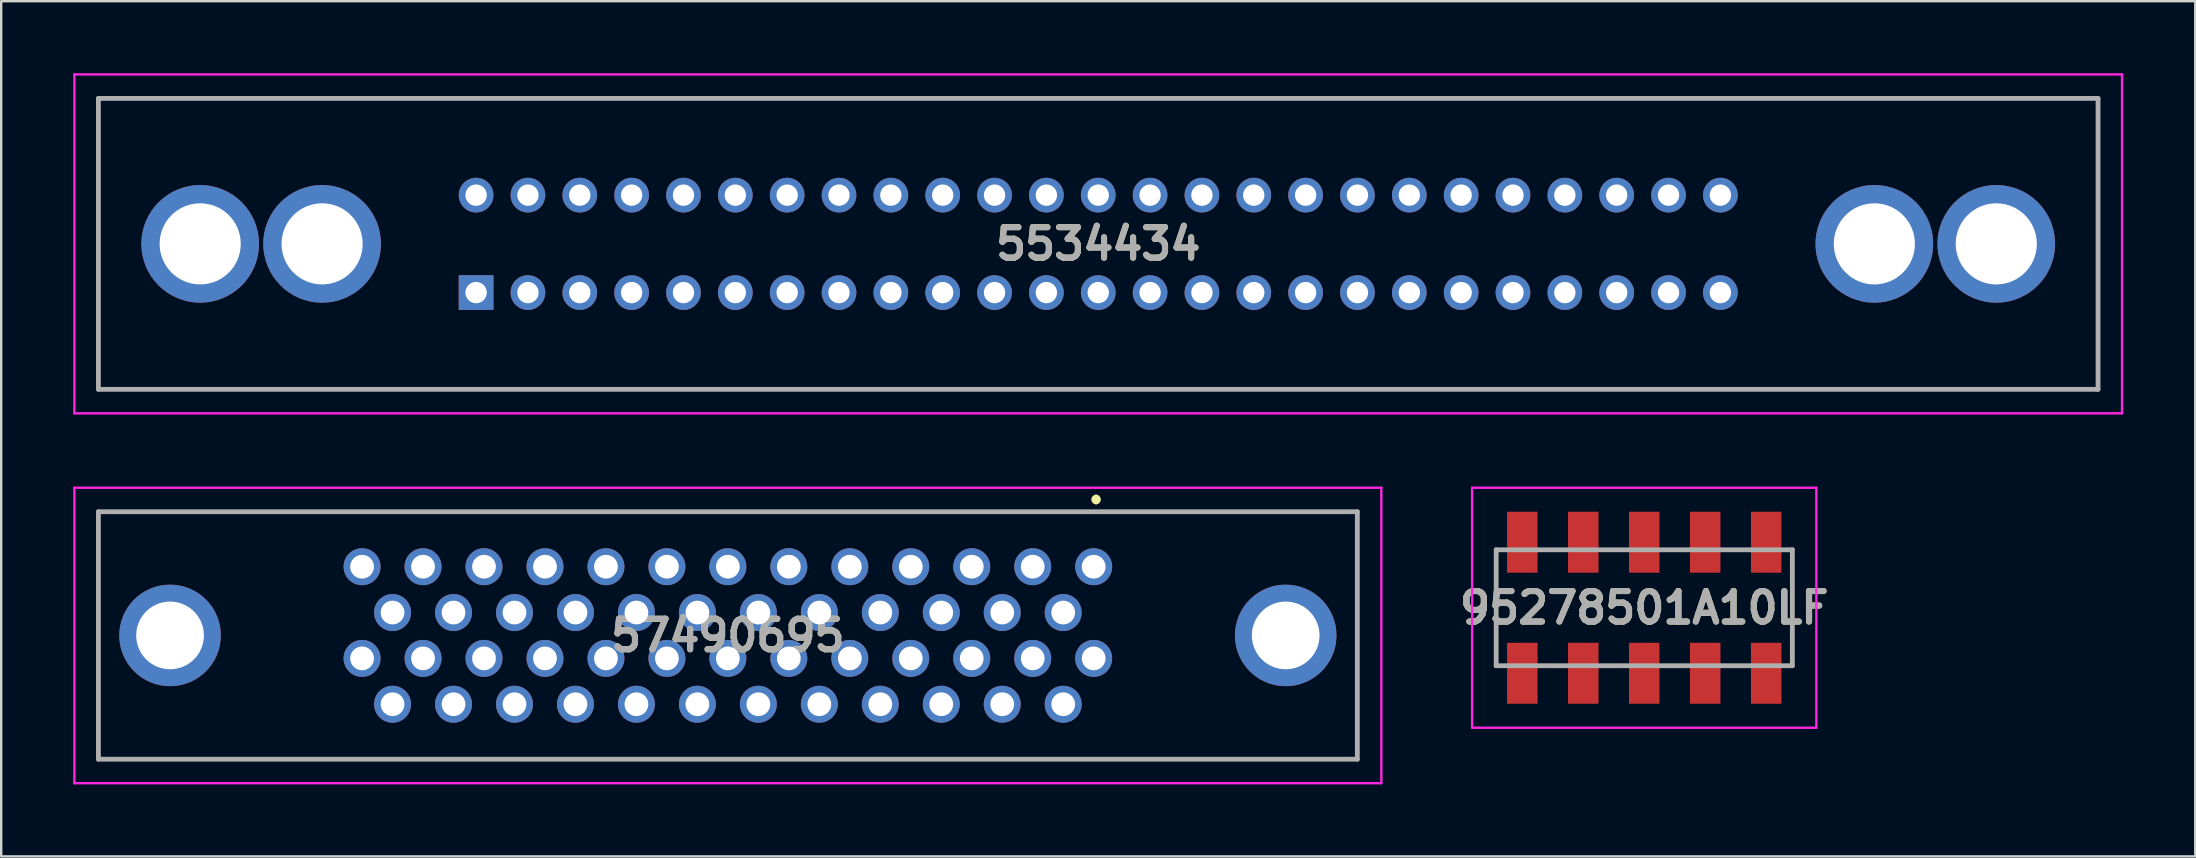
<source format=kicad_pcb>
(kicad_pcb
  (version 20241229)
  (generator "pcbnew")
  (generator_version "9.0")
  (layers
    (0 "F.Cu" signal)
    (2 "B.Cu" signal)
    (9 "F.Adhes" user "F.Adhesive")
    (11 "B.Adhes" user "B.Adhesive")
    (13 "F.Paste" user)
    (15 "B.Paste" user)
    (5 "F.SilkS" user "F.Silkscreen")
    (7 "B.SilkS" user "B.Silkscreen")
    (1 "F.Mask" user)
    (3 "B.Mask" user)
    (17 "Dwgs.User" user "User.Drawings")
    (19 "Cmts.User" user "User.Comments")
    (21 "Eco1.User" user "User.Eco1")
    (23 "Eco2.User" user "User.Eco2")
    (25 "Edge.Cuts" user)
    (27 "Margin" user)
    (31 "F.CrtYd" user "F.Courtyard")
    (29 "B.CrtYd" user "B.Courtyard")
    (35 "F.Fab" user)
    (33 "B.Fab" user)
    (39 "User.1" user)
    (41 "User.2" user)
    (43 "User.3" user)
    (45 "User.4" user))
  (footprint "95278501A10LF"
    (layer "F.Cu")
    (at 65.454 22.27)
    (property "Reference" "95278501A10LF" (at 0 0 0) (layer "F.SilkS") (effects (font (size 1.27 1.27) (thickness 0.254))))
    (attr smd)
    (fp_line (start -6.17 -2.415) (end -6.17 2.415) (stroke (width 0.1) (type solid)) (layer "F.SilkS"))
    (fp_line (start 6.17 -2.415) (end 6.17 2.415) (stroke (width 0.1) (type solid)) (layer "F.SilkS"))
    (fp_line (start -7.17 -5) (end 7.17 -5) (stroke (width 0.1) (type solid)) (layer "F.CrtYd"))
    (fp_line (start -7.17 5) (end -7.17 -5) (stroke (width 0.1) (type solid)) (layer "F.CrtYd"))
    (fp_line (start 7.17 -5) (end 7.17 5) (stroke (width 0.1) (type solid)) (layer "F.CrtYd"))
    (fp_line (start 7.17 5) (end -7.17 5) (stroke (width 0.1) (type solid)) (layer "F.CrtYd"))
    (fp_line (start -6.17 -2.415) (end 6.17 -2.415) (stroke (width 0.2) (type solid)) (layer "F.Fab"))
    (fp_line (start -6.17 2.415) (end -6.17 -2.415) (stroke (width 0.2) (type solid)) (layer "F.Fab"))
    (fp_line (start 6.17 -2.415) (end 6.17 2.415) (stroke (width 0.2) (type solid)) (layer "F.Fab"))
    (fp_line (start 6.17 2.415) (end -6.17 2.415) (stroke (width 0.2) (type solid)) (layer "F.Fab"))
    (fp_text user "${REFERENCE}" (at 0 0 0) (layer "F.Fab") (effects (font (size 1.27 1.27) (thickness 0.254))))
    (pad "1" smd rect (at -5.08 2.73) (size 1.27 2.54) (layers "F.Cu" "F.Mask" "F.Paste"))
    (pad "2" smd rect (at -5.08 -2.73) (size 1.27 2.54) (layers "F.Cu" "F.Mask" "F.Paste"))
    (pad "3" smd rect (at -2.54 2.73) (size 1.27 2.54) (layers "F.Cu" "F.Mask" "F.Paste"))
    (pad "4" smd rect (at -2.54 -2.73) (size 1.27 2.54) (layers "F.Cu" "F.Mask" "F.Paste"))
    (pad "5" smd rect (at 0 2.73) (size 1.27 2.54) (layers "F.Cu" "F.Mask" "F.Paste"))
    (pad "6" smd rect (at 0 -2.73) (size 1.27 2.54) (layers "F.Cu" "F.Mask" "F.Paste"))
    (pad "7" smd rect (at 2.54 2.73) (size 1.27 2.54) (layers "F.Cu" "F.Mask" "F.Paste"))
    (pad "8" smd rect (at 2.54 -2.73) (size 1.27 2.54) (layers "F.Cu" "F.Mask" "F.Paste"))
    (pad "9" smd rect (at 5.08 2.73) (size 1.27 2.54) (layers "F.Cu" "F.Mask" "F.Paste"))
    (pad "10" smd rect (at 5.08 -2.73) (size 1.27 2.54) (layers "F.Cu" "F.Mask" "F.Paste")))
  (footprint "5534434"
    (layer "F.Cu")
    (at 16.785 9.14)
    (property "Reference" "5534434" (at 25.92 -2.03 0) (layer "F.SilkS") (effects (font (size 1.27 1.27) (thickness 0.254))))
    (attr through_hole)
    (fp_line (start -15.735 -8.09) (end 67.575 -8.09) (stroke (width 0.1) (type solid)) (layer "F.SilkS"))
    (fp_line (start -15.735 4.03) (end -15.735 -8.09) (stroke (width 0.1) (type solid)) (layer "F.SilkS"))
    (fp_line (start 67.575 -8.09) (end 67.575 4.03) (stroke (width 0.1) (type solid)) (layer "F.SilkS"))
    (fp_line (start 67.575 4.03) (end -15.735 4.03) (stroke (width 0.1) (type solid)) (layer "F.SilkS"))
    (fp_line (start -16.735 -9.09) (end 68.575 -9.09) (stroke (width 0.1) (type solid)) (layer "F.CrtYd"))
    (fp_line (start -16.735 5.03) (end -16.735 -9.09) (stroke (width 0.1) (type solid)) (layer "F.CrtYd"))
    (fp_line (start 68.575 -9.09) (end 68.575 5.03) (stroke (width 0.1) (type solid)) (layer "F.CrtYd"))
    (fp_line (start 68.575 5.03) (end -16.735 5.03) (stroke (width 0.1) (type solid)) (layer "F.CrtYd"))
    (fp_line (start -15.735 -8.09) (end 67.575 -8.09) (stroke (width 0.2) (type solid)) (layer "F.Fab"))
    (fp_line (start -15.735 4.03) (end -15.735 -8.09) (stroke (width 0.2) (type solid)) (layer "F.Fab"))
    (fp_line (start 67.575 -8.09) (end 67.575 4.03) (stroke (width 0.2) (type solid)) (layer "F.Fab"))
    (fp_line (start 67.575 4.03) (end -15.735 4.03) (stroke (width 0.2) (type solid)) (layer "F.Fab"))
    (fp_text user "${REFERENCE}" (at 25.92 -2.03 0) (layer "F.Fab") (effects (font (size 1.27 1.27) (thickness 0.254))))
    (pad "1" thru_hole rect (at 0 0) (size 1.446 1.446) (drill 0.89) (layers "*.Cu" "*.Mask"))
    (pad "2" thru_hole circle (at 2.16 0) (size 1.446 1.446) (drill 0.89) (layers "*.Cu" "*.Mask"))
    (pad "3" thru_hole circle (at 4.32 0) (size 1.446 1.446) (drill 0.89) (layers "*.Cu" "*.Mask"))
    (pad "4" thru_hole circle (at 6.48 0) (size 1.446 1.446) (drill 0.89) (layers "*.Cu" "*.Mask"))
    (pad "5" thru_hole circle (at 8.64 0) (size 1.446 1.446) (drill 0.89) (layers "*.Cu" "*.Mask"))
    (pad "6" thru_hole circle (at 10.8 0) (size 1.446 1.446) (drill 0.89) (layers "*.Cu" "*.Mask"))
    (pad "7" thru_hole circle (at 12.96 0) (size 1.446 1.446) (drill 0.89) (layers "*.Cu" "*.Mask"))
    (pad "8" thru_hole circle (at 15.12 0) (size 1.446 1.446) (drill 0.89) (layers "*.Cu" "*.Mask"))
    (pad "9" thru_hole circle (at 17.28 0) (size 1.446 1.446) (drill 0.89) (layers "*.Cu" "*.Mask"))
    (pad "10" thru_hole circle (at 19.44 0) (size 1.446 1.446) (drill 0.89) (layers "*.Cu" "*.Mask"))
    (pad "11" thru_hole circle (at 21.6 0) (size 1.446 1.446) (drill 0.89) (layers "*.Cu" "*.Mask"))
    (pad "12" thru_hole circle (at 23.76 0) (size 1.446 1.446) (drill 0.89) (layers "*.Cu" "*.Mask"))
    (pad "13" thru_hole circle (at 25.92 0) (size 1.446 1.446) (drill 0.89) (layers "*.Cu" "*.Mask"))
    (pad "14" thru_hole circle (at 28.08 0) (size 1.446 1.446) (drill 0.89) (layers "*.Cu" "*.Mask"))
    (pad "15" thru_hole circle (at 30.24 0) (size 1.446 1.446) (drill 0.89) (layers "*.Cu" "*.Mask"))
    (pad "16" thru_hole circle (at 32.4 0) (size 1.446 1.446) (drill 0.89) (layers "*.Cu" "*.Mask"))
    (pad "17" thru_hole circle (at 34.56 0) (size 1.446 1.446) (drill 0.89) (layers "*.Cu" "*.Mask"))
    (pad "18" thru_hole circle (at 36.72 0) (size 1.446 1.446) (drill 0.89) (layers "*.Cu" "*.Mask"))
    (pad "19" thru_hole circle (at 38.88 0) (size 1.446 1.446) (drill 0.89) (layers "*.Cu" "*.Mask"))
    (pad "20" thru_hole circle (at 41.04 0) (size 1.446 1.446) (drill 0.89) (layers "*.Cu" "*.Mask"))
    (pad "21" thru_hole circle (at 43.2 0) (size 1.446 1.446) (drill 0.89) (layers "*.Cu" "*.Mask"))
    (pad "22" thru_hole circle (at 45.36 0) (size 1.446 1.446) (drill 0.89) (layers "*.Cu" "*.Mask"))
    (pad "23" thru_hole circle (at 47.52 0) (size 1.446 1.446) (drill 0.89) (layers "*.Cu" "*.Mask"))
    (pad "24" thru_hole circle (at 49.68 0) (size 1.446 1.446) (drill 0.89) (layers "*.Cu" "*.Mask"))
    (pad "25" thru_hole circle (at 51.84 0) (size 1.446 1.446) (drill 0.89) (layers "*.Cu" "*.Mask"))
    (pad "26" thru_hole circle (at 0 -4.06) (size 1.446 1.446) (drill 0.89) (layers "*.Cu" "*.Mask"))
    (pad "27" thru_hole circle (at 2.16 -4.06) (size 1.446 1.446) (drill 0.89) (layers "*.Cu" "*.Mask"))
    (pad "28" thru_hole circle (at 4.32 -4.06) (size 1.446 1.446) (drill 0.89) (layers "*.Cu" "*.Mask"))
    (pad "29" thru_hole circle (at 6.48 -4.06) (size 1.446 1.446) (drill 0.89) (layers "*.Cu" "*.Mask"))
    (pad "30" thru_hole circle (at 8.64 -4.06) (size 1.446 1.446) (drill 0.89) (layers "*.Cu" "*.Mask"))
    (pad "31" thru_hole circle (at 10.8 -4.06) (size 1.446 1.446) (drill 0.89) (layers "*.Cu" "*.Mask"))
    (pad "32" thru_hole circle (at 12.96 -4.06) (size 1.446 1.446) (drill 0.89) (layers "*.Cu" "*.Mask"))
    (pad "33" thru_hole circle (at 15.12 -4.06) (size 1.446 1.446) (drill 0.89) (layers "*.Cu" "*.Mask"))
    (pad "34" thru_hole circle (at 17.28 -4.06) (size 1.446 1.446) (drill 0.89) (layers "*.Cu" "*.Mask"))
    (pad "35" thru_hole circle (at 19.44 -4.06) (size 1.446 1.446) (drill 0.89) (layers "*.Cu" "*.Mask"))
    (pad "36" thru_hole circle (at 21.6 -4.06) (size 1.446 1.446) (drill 0.89) (layers "*.Cu" "*.Mask"))
    (pad "37" thru_hole circle (at 23.76 -4.06) (size 1.446 1.446) (drill 0.89) (layers "*.Cu" "*.Mask"))
    (pad "38" thru_hole circle (at 25.92 -4.06) (size 1.446 1.446) (drill 0.89) (layers "*.Cu" "*.Mask"))
    (pad "39" thru_hole circle (at 28.08 -4.06) (size 1.446 1.446) (drill 0.89) (layers "*.Cu" "*.Mask"))
    (pad "40" thru_hole circle (at 30.24 -4.06) (size 1.446 1.446) (drill 0.89) (layers "*.Cu" "*.Mask"))
    (pad "41" thru_hole circle (at 32.4 -4.06) (size 1.446 1.446) (drill 0.89) (layers "*.Cu" "*.Mask"))
    (pad "42" thru_hole circle (at 34.56 -4.06) (size 1.446 1.446) (drill 0.89) (layers "*.Cu" "*.Mask"))
    (pad "43" thru_hole circle (at 36.72 -4.06) (size 1.446 1.446) (drill 0.89) (layers "*.Cu" "*.Mask"))
    (pad "44" thru_hole circle (at 38.88 -4.06) (size 1.446 1.446) (drill 0.89) (layers "*.Cu" "*.Mask"))
    (pad "45" thru_hole circle (at 41.04 -4.06) (size 1.446 1.446) (drill 0.89) (layers "*.Cu" "*.Mask"))
    (pad "46" thru_hole circle (at 43.2 -4.06) (size 1.446 1.446) (drill 0.89) (layers "*.Cu" "*.Mask"))
    (pad "47" thru_hole circle (at 45.36 -4.06) (size 1.446 1.446) (drill 0.89) (layers "*.Cu" "*.Mask"))
    (pad "48" thru_hole circle (at 47.52 -4.06) (size 1.446 1.446) (drill 0.89) (layers "*.Cu" "*.Mask"))
    (pad "49" thru_hole circle (at 49.68 -4.06) (size 1.446 1.446) (drill 0.89) (layers "*.Cu" "*.Mask"))
    (pad "50" thru_hole circle (at 51.84 -4.06) (size 1.446 1.446) (drill 0.89) (layers "*.Cu" "*.Mask"))
    (pad "MH1" thru_hole circle (at -11.495 -2.03) (size 4.9 4.9) (drill 3.38) (layers "*.Cu" "*.Mask"))
    (pad "MH2" thru_hole circle (at -6.415 -2.03) (size 4.9 4.9) (drill 3.38) (layers "*.Cu" "*.Mask"))
    (pad "MH3" thru_hole circle (at 58.255 -2.03) (size 4.9 4.9) (drill 3.38) (layers "*.Cu" "*.Mask"))
    (pad "MH4" thru_hole circle (at 63.335 -2.03) (size 4.9 4.9) (drill 3.38) (layers "*.Cu" "*.Mask")))
  (footprint "57490695"
    (layer "F.Cu")
    (at 42.515 20.56)
    (property "Reference" "57490695" (at -15.24 2.865 0) (layer "F.SilkS") (effects (font (size 1.27 1.27) (thickness 0.254))))
    (attr through_hole)
    (fp_line (start -41.465 -2.29) (end 10.985 -2.29) (stroke (width 0.1) (type solid)) (layer "F.SilkS"))
    (fp_line (start -41.465 8.02) (end -41.465 -2.29) (stroke (width 0.1) (type solid)) (layer "F.SilkS"))
    (fp_line (start 0.1 -2.9) (end 0.1 -2.9) (stroke (width 0.2) (type solid)) (layer "F.SilkS"))
    (fp_line (start 0.1 -2.7) (end 0.1 -2.7) (stroke (width 0.2) (type solid)) (layer "F.SilkS"))
    (fp_line (start 10.985 -2.29) (end 10.985 8.02) (stroke (width 0.1) (type solid)) (layer "F.SilkS"))
    (fp_line (start 10.985 8.02) (end -41.465 8.02) (stroke (width 0.1) (type solid)) (layer "F.SilkS"))
    (fp_arc (start 0.1 -2.9) (mid 0.2 -2.8) (end 0.1 -2.7) (stroke (width 0.2) (type solid)) (layer "F.SilkS"))
    (fp_arc (start 0.1 -2.7) (mid 0 -2.8) (end 0.1 -2.9) (stroke (width 0.2) (type solid)) (layer "F.SilkS"))
    (fp_line (start -42.465 -3.29) (end 11.985 -3.29) (stroke (width 0.1) (type solid)) (layer "F.CrtYd"))
    (fp_line (start -42.465 9.02) (end -42.465 -3.29) (stroke (width 0.1) (type solid)) (layer "F.CrtYd"))
    (fp_line (start 11.985 -3.29) (end 11.985 9.02) (stroke (width 0.1) (type solid)) (layer "F.CrtYd"))
    (fp_line (start 11.985 9.02) (end -42.465 9.02) (stroke (width 0.1) (type solid)) (layer "F.CrtYd"))
    (fp_line (start -41.465 -2.29) (end 10.985 -2.29) (stroke (width 0.2) (type solid)) (layer "F.Fab"))
    (fp_line (start -41.465 8.02) (end -41.465 -2.29) (stroke (width 0.2) (type solid)) (layer "F.Fab"))
    (fp_line (start 10.985 -2.29) (end 10.985 8.02) (stroke (width 0.2) (type solid)) (layer "F.Fab"))
    (fp_line (start 10.985 8.02) (end -41.465 8.02) (stroke (width 0.2) (type solid)) (layer "F.Fab"))
    (fp_text user "${REFERENCE}" (at -15.24 2.865 0) (layer "F.Fab") (effects (font (size 1.27 1.27) (thickness 0.254))))
    (pad "1" thru_hole circle (at 0 0) (size 1.54 1.54) (drill 0.99) (layers "*.Cu" "*.Mask"))
    (pad "2" thru_hole circle (at -1.27 1.91) (size 1.54 1.54) (drill 0.99) (layers "*.Cu" "*.Mask"))
    (pad "3" thru_hole circle (at -2.54 0) (size 1.54 1.54) (drill 0.99) (layers "*.Cu" "*.Mask"))
    (pad "4" thru_hole circle (at -3.81 1.91) (size 1.54 1.54) (drill 0.99) (layers "*.Cu" "*.Mask"))
    (pad "5" thru_hole circle (at -5.08 0) (size 1.54 1.54) (drill 0.99) (layers "*.Cu" "*.Mask"))
    (pad "6" thru_hole circle (at -6.35 1.91) (size 1.54 1.54) (drill 0.99) (layers "*.Cu" "*.Mask"))
    (pad "7" thru_hole circle (at -7.62 0) (size 1.54 1.54) (drill 0.99) (layers "*.Cu" "*.Mask"))
    (pad "8" thru_hole circle (at -8.89 1.91) (size 1.54 1.54) (drill 0.99) (layers "*.Cu" "*.Mask"))
    (pad "9" thru_hole circle (at -10.16 0) (size 1.54 1.54) (drill 0.99) (layers "*.Cu" "*.Mask"))
    (pad "10" thru_hole circle (at -11.43 1.91) (size 1.54 1.54) (drill 0.99) (layers "*.Cu" "*.Mask"))
    (pad "11" thru_hole circle (at -12.7 0) (size 1.54 1.54) (drill 0.99) (layers "*.Cu" "*.Mask"))
    (pad "12" thru_hole circle (at -13.97 1.91) (size 1.54 1.54) (drill 0.99) (layers "*.Cu" "*.Mask"))
    (pad "13" thru_hole circle (at -15.24 0) (size 1.54 1.54) (drill 0.99) (layers "*.Cu" "*.Mask"))
    (pad "14" thru_hole circle (at -16.51 1.91) (size 1.54 1.54) (drill 0.99) (layers "*.Cu" "*.Mask"))
    (pad "15" thru_hole circle (at -17.78 0) (size 1.54 1.54) (drill 0.99) (layers "*.Cu" "*.Mask"))
    (pad "16" thru_hole circle (at -19.05 1.91) (size 1.54 1.54) (drill 0.99) (layers "*.Cu" "*.Mask"))
    (pad "17" thru_hole circle (at -20.32 0) (size 1.54 1.54) (drill 0.99) (layers "*.Cu" "*.Mask"))
    (pad "18" thru_hole circle (at -21.59 1.91) (size 1.54 1.54) (drill 0.99) (layers "*.Cu" "*.Mask"))
    (pad "19" thru_hole circle (at -22.86 0) (size 1.54 1.54) (drill 0.99) (layers "*.Cu" "*.Mask"))
    (pad "20" thru_hole circle (at -24.13 1.91) (size 1.54 1.54) (drill 0.99) (layers "*.Cu" "*.Mask"))
    (pad "21" thru_hole circle (at -25.4 0) (size 1.54 1.54) (drill 0.99) (layers "*.Cu" "*.Mask"))
    (pad "22" thru_hole circle (at -26.67 1.91) (size 1.54 1.54) (drill 0.99) (layers "*.Cu" "*.Mask"))
    (pad "23" thru_hole circle (at -27.94 0) (size 1.54 1.54) (drill 0.99) (layers "*.Cu" "*.Mask"))
    (pad "24" thru_hole circle (at -29.21 1.91) (size 1.54 1.54) (drill 0.99) (layers "*.Cu" "*.Mask"))
    (pad "25" thru_hole circle (at -30.48 0) (size 1.54 1.54) (drill 0.99) (layers "*.Cu" "*.Mask"))
    (pad "26" thru_hole circle (at 0 3.82) (size 1.54 1.54) (drill 0.99) (layers "*.Cu" "*.Mask"))
    (pad "27" thru_hole circle (at -1.27 5.73) (size 1.54 1.54) (drill 0.99) (layers "*.Cu" "*.Mask"))
    (pad "28" thru_hole circle (at -2.54 3.82) (size 1.54 1.54) (drill 0.99) (layers "*.Cu" "*.Mask"))
    (pad "29" thru_hole circle (at -3.81 5.73) (size 1.54 1.54) (drill 0.99) (layers "*.Cu" "*.Mask"))
    (pad "30" thru_hole circle (at -5.08 3.82) (size 1.54 1.54) (drill 0.99) (layers "*.Cu" "*.Mask"))
    (pad "31" thru_hole circle (at -6.35 5.73) (size 1.54 1.54) (drill 0.99) (layers "*.Cu" "*.Mask"))
    (pad "32" thru_hole circle (at -7.62 3.82) (size 1.54 1.54) (drill 0.99) (layers "*.Cu" "*.Mask"))
    (pad "33" thru_hole circle (at -8.89 5.73) (size 1.54 1.54) (drill 0.99) (layers "*.Cu" "*.Mask"))
    (pad "34" thru_hole circle (at -10.16 3.82) (size 1.54 1.54) (drill 0.99) (layers "*.Cu" "*.Mask"))
    (pad "35" thru_hole circle (at -11.43 5.73) (size 1.54 1.54) (drill 0.99) (layers "*.Cu" "*.Mask"))
    (pad "36" thru_hole circle (at -12.7 3.82) (size 1.54 1.54) (drill 0.99) (layers "*.Cu" "*.Mask"))
    (pad "37" thru_hole circle (at -13.97 5.73) (size 1.54 1.54) (drill 0.99) (layers "*.Cu" "*.Mask"))
    (pad "38" thru_hole circle (at -15.24 3.82) (size 1.54 1.54) (drill 0.99) (layers "*.Cu" "*.Mask"))
    (pad "39" thru_hole circle (at -16.51 5.73) (size 1.54 1.54) (drill 0.99) (layers "*.Cu" "*.Mask"))
    (pad "40" thru_hole circle (at -17.78 3.82) (size 1.54 1.54) (drill 0.99) (layers "*.Cu" "*.Mask"))
    (pad "41" thru_hole circle (at -19.05 5.73) (size 1.54 1.54) (drill 0.99) (layers "*.Cu" "*.Mask"))
    (pad "42" thru_hole circle (at -20.32 3.82) (size 1.54 1.54) (drill 0.99) (layers "*.Cu" "*.Mask"))
    (pad "43" thru_hole circle (at -21.59 5.73) (size 1.54 1.54) (drill 0.99) (layers "*.Cu" "*.Mask"))
    (pad "44" thru_hole circle (at -22.86 3.82) (size 1.54 1.54) (drill 0.99) (layers "*.Cu" "*.Mask"))
    (pad "45" thru_hole circle (at -24.13 5.73) (size 1.54 1.54) (drill 0.99) (layers "*.Cu" "*.Mask"))
    (pad "46" thru_hole circle (at -25.4 3.82) (size 1.54 1.54) (drill 0.99) (layers "*.Cu" "*.Mask"))
    (pad "47" thru_hole circle (at -26.67 5.73) (size 1.54 1.54) (drill 0.99) (layers "*.Cu" "*.Mask"))
    (pad "48" thru_hole circle (at -27.94 3.82) (size 1.54 1.54) (drill 0.99) (layers "*.Cu" "*.Mask"))
    (pad "49" thru_hole circle (at -29.21 5.73) (size 1.54 1.54) (drill 0.99) (layers "*.Cu" "*.Mask"))
    (pad "50" thru_hole circle (at -30.48 3.82) (size 1.54 1.54) (drill 0.99) (layers "*.Cu" "*.Mask"))
    (pad "MH1" thru_hole circle (at 8 2.863) (size 4.23 4.23) (drill 2.82) (layers "*.Cu" "*.Mask"))
    (pad "MH2" thru_hole circle (at -38.48 2.863) (size 4.23 4.23) (drill 2.82) (layers "*.Cu" "*.Mask")))
  (gr_rect
    (start -3 -3)
    (end 88.41 32.63)
    (stroke (width 0.1) (type default))
    (fill no)
    (layer "Edge.Cuts")))
</source>
